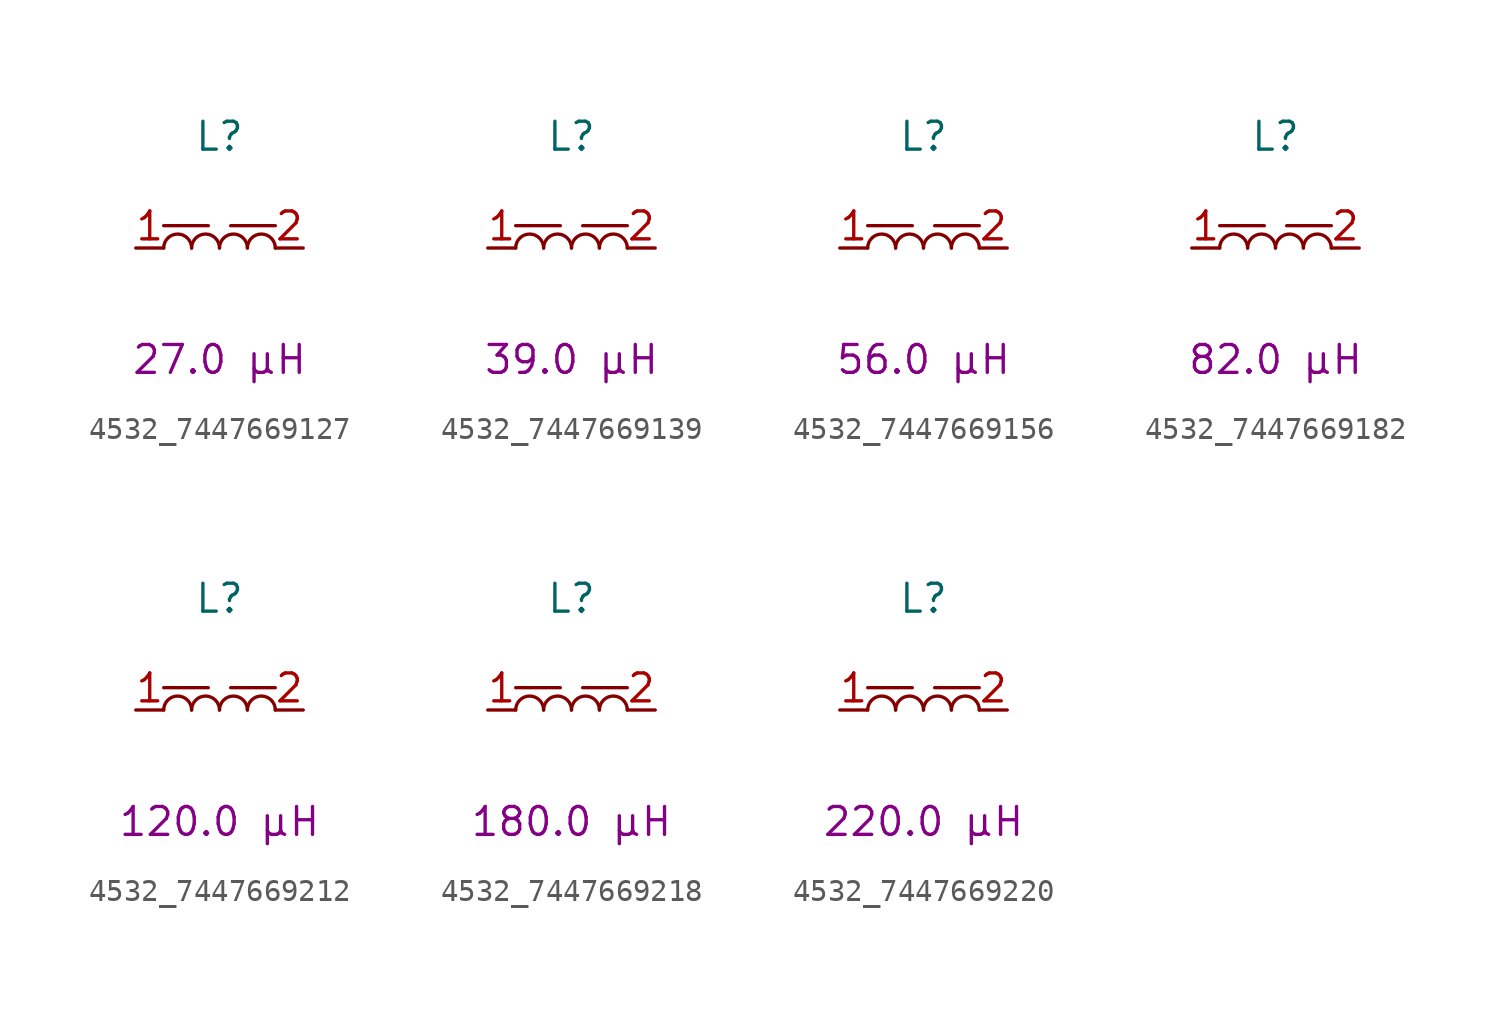
<source format=kicad_sym>
(kicad_symbol_lib
  (version 20220914)
  (generator kicad_symbol_editor)
  (symbol "4532_7447669127"
    (pin_names hide)
    (property "Reference" "L"
      (at 0 5.08 0)
      (effects (font (size 1.27 1.27))))
    (property "Critical Parameter" "27.0 µH"
      (at 0 -5.08 0)
      (effects (font (size 1.27 1.27))))
    (symbol "4532_7447669127_0_1"
      (arc (start -1.27 0) (mid -1.905 0.6323) (end -2.54 0) (stroke (width 0) (type default)) (fill (type none)))
      (arc (start 0 0) (mid -0.635 0.6323) (end -1.27 0) (stroke (width 0) (type default)) (fill (type none)))
      (polyline (pts (xy -2.54 1.016) (xy -0.508 1.016)) (stroke (width 0) (type default)) (fill (type none)))
      (arc (start 1.27 0) (mid 0.635 0.6323) (end 0 0) (stroke (width 0) (type default)) (fill (type none)))
      (arc (start 2.54 0) (mid 1.905 0.6323) (end 1.27 0) (stroke (width 0) (type default)) (fill (type none))))
    (symbol "4532_7447669127_1_1"
      (polyline (pts (xy 2.54 1.016) (xy 0.508 1.016)) (stroke (width 0) (type default)) (fill (type none)))
      (pin passive line (at -3.81 0 0) (length 1.27) (name "1" (effects (font (size 1.27 1.27)))) (number "1" (effects (font (size 1.27 1.27)))))
      (pin passive line (at 3.81 0 180) (length 1.27) (name "2" (effects (font (size 1.27 1.27)))) (number "2" (effects (font (size 1.27 1.27)))))))
  (symbol "4532_7447669139"
    (pin_names hide)
    (property "Reference" "L"
      (at 0 5.08 0)
      (effects (font (size 1.27 1.27))))
    (property "Critical Parameter" "39.0 µH"
      (at 0 -5.08 0)
      (effects (font (size 1.27 1.27))))
    (symbol "4532_7447669139_0_1"
      (arc (start -1.27 0) (mid -1.905 0.6323) (end -2.54 0) (stroke (width 0) (type default)) (fill (type none)))
      (arc (start 0 0) (mid -0.635 0.6323) (end -1.27 0) (stroke (width 0) (type default)) (fill (type none)))
      (polyline (pts (xy -2.54 1.016) (xy -0.508 1.016)) (stroke (width 0) (type default)) (fill (type none)))
      (arc (start 1.27 0) (mid 0.635 0.6323) (end 0 0) (stroke (width 0) (type default)) (fill (type none)))
      (arc (start 2.54 0) (mid 1.905 0.6323) (end 1.27 0) (stroke (width 0) (type default)) (fill (type none))))
    (symbol "4532_7447669139_1_1"
      (polyline (pts (xy 2.54 1.016) (xy 0.508 1.016)) (stroke (width 0) (type default)) (fill (type none)))
      (pin passive line (at -3.81 0 0) (length 1.27) (name "1" (effects (font (size 1.27 1.27)))) (number "1" (effects (font (size 1.27 1.27)))))
      (pin passive line (at 3.81 0 180) (length 1.27) (name "2" (effects (font (size 1.27 1.27)))) (number "2" (effects (font (size 1.27 1.27)))))))
  (symbol "4532_7447669156"
    (pin_names hide)
    (property "Reference" "L"
      (at 0 5.08 0)
      (effects (font (size 1.27 1.27))))
    (property "Critical Parameter" "56.0 µH"
      (at 0 -5.08 0)
      (effects (font (size 1.27 1.27))))
    (symbol "4532_7447669156_0_1"
      (arc (start -1.27 0) (mid -1.905 0.6323) (end -2.54 0) (stroke (width 0) (type default)) (fill (type none)))
      (arc (start 0 0) (mid -0.635 0.6323) (end -1.27 0) (stroke (width 0) (type default)) (fill (type none)))
      (polyline (pts (xy -2.54 1.016) (xy -0.508 1.016)) (stroke (width 0) (type default)) (fill (type none)))
      (arc (start 1.27 0) (mid 0.635 0.6323) (end 0 0) (stroke (width 0) (type default)) (fill (type none)))
      (arc (start 2.54 0) (mid 1.905 0.6323) (end 1.27 0) (stroke (width 0) (type default)) (fill (type none))))
    (symbol "4532_7447669156_1_1"
      (polyline (pts (xy 2.54 1.016) (xy 0.508 1.016)) (stroke (width 0) (type default)) (fill (type none)))
      (pin passive line (at -3.81 0 0) (length 1.27) (name "1" (effects (font (size 1.27 1.27)))) (number "1" (effects (font (size 1.27 1.27)))))
      (pin passive line (at 3.81 0 180) (length 1.27) (name "2" (effects (font (size 1.27 1.27)))) (number "2" (effects (font (size 1.27 1.27)))))))
  (symbol "4532_7447669182"
    (pin_names hide)
    (property "Reference" "L"
      (at 0 5.08 0)
      (effects (font (size 1.27 1.27))))
    (property "Critical Parameter" "82.0 µH"
      (at 0 -5.08 0)
      (effects (font (size 1.27 1.27))))
    (symbol "4532_7447669182_0_1"
      (arc (start -1.27 0) (mid -1.905 0.6323) (end -2.54 0) (stroke (width 0) (type default)) (fill (type none)))
      (arc (start 0 0) (mid -0.635 0.6323) (end -1.27 0) (stroke (width 0) (type default)) (fill (type none)))
      (polyline (pts (xy -2.54 1.016) (xy -0.508 1.016)) (stroke (width 0) (type default)) (fill (type none)))
      (arc (start 1.27 0) (mid 0.635 0.6323) (end 0 0) (stroke (width 0) (type default)) (fill (type none)))
      (arc (start 2.54 0) (mid 1.905 0.6323) (end 1.27 0) (stroke (width 0) (type default)) (fill (type none))))
    (symbol "4532_7447669182_1_1"
      (polyline (pts (xy 2.54 1.016) (xy 0.508 1.016)) (stroke (width 0) (type default)) (fill (type none)))
      (pin passive line (at -3.81 0 0) (length 1.27) (name "1" (effects (font (size 1.27 1.27)))) (number "1" (effects (font (size 1.27 1.27)))))
      (pin passive line (at 3.81 0 180) (length 1.27) (name "2" (effects (font (size 1.27 1.27)))) (number "2" (effects (font (size 1.27 1.27)))))))
  (symbol "4532_7447669212"
    (pin_names hide)
    (property "Reference" "L"
      (at 0 5.08 0)
      (effects (font (size 1.27 1.27))))
    (property "Critical Parameter" "120.0 µH"
      (at 0 -5.08 0)
      (effects (font (size 1.27 1.27))))
    (symbol "4532_7447669212_0_1"
      (arc (start -1.27 0) (mid -1.905 0.6323) (end -2.54 0) (stroke (width 0) (type default)) (fill (type none)))
      (arc (start 0 0) (mid -0.635 0.6323) (end -1.27 0) (stroke (width 0) (type default)) (fill (type none)))
      (polyline (pts (xy -2.54 1.016) (xy -0.508 1.016)) (stroke (width 0) (type default)) (fill (type none)))
      (arc (start 1.27 0) (mid 0.635 0.6323) (end 0 0) (stroke (width 0) (type default)) (fill (type none)))
      (arc (start 2.54 0) (mid 1.905 0.6323) (end 1.27 0) (stroke (width 0) (type default)) (fill (type none))))
    (symbol "4532_7447669212_1_1"
      (polyline (pts (xy 2.54 1.016) (xy 0.508 1.016)) (stroke (width 0) (type default)) (fill (type none)))
      (pin passive line (at -3.81 0 0) (length 1.27) (name "1" (effects (font (size 1.27 1.27)))) (number "1" (effects (font (size 1.27 1.27)))))
      (pin passive line (at 3.81 0 180) (length 1.27) (name "2" (effects (font (size 1.27 1.27)))) (number "2" (effects (font (size 1.27 1.27)))))))
  (symbol "4532_7447669218"
    (pin_names hide)
    (property "Reference" "L"
      (at 0 5.08 0)
      (effects (font (size 1.27 1.27))))
    (property "Critical Parameter" "180.0 µH"
      (at 0 -5.08 0)
      (effects (font (size 1.27 1.27))))
    (symbol "4532_7447669218_0_1"
      (arc (start -1.27 0) (mid -1.905 0.6323) (end -2.54 0) (stroke (width 0) (type default)) (fill (type none)))
      (arc (start 0 0) (mid -0.635 0.6323) (end -1.27 0) (stroke (width 0) (type default)) (fill (type none)))
      (polyline (pts (xy -2.54 1.016) (xy -0.508 1.016)) (stroke (width 0) (type default)) (fill (type none)))
      (arc (start 1.27 0) (mid 0.635 0.6323) (end 0 0) (stroke (width 0) (type default)) (fill (type none)))
      (arc (start 2.54 0) (mid 1.905 0.6323) (end 1.27 0) (stroke (width 0) (type default)) (fill (type none))))
    (symbol "4532_7447669218_1_1"
      (polyline (pts (xy 2.54 1.016) (xy 0.508 1.016)) (stroke (width 0) (type default)) (fill (type none)))
      (pin passive line (at -3.81 0 0) (length 1.27) (name "1" (effects (font (size 1.27 1.27)))) (number "1" (effects (font (size 1.27 1.27)))))
      (pin passive line (at 3.81 0 180) (length 1.27) (name "2" (effects (font (size 1.27 1.27)))) (number "2" (effects (font (size 1.27 1.27)))))))
  (symbol "4532_7447669220"
    (pin_names hide)
    (property "Reference" "L"
      (at 0 5.08 0)
      (effects (font (size 1.27 1.27))))
    (property "Critical Parameter" "220.0 µH"
      (at 0 -5.08 0)
      (effects (font (size 1.27 1.27))))
    (symbol "4532_7447669220_0_1"
      (arc (start -1.27 0) (mid -1.905 0.6323) (end -2.54 0) (stroke (width 0) (type default)) (fill (type none)))
      (arc (start 0 0) (mid -0.635 0.6323) (end -1.27 0) (stroke (width 0) (type default)) (fill (type none)))
      (polyline (pts (xy -2.54 1.016) (xy -0.508 1.016)) (stroke (width 0) (type default)) (fill (type none)))
      (arc (start 1.27 0) (mid 0.635 0.6323) (end 0 0) (stroke (width 0) (type default)) (fill (type none)))
      (arc (start 2.54 0) (mid 1.905 0.6323) (end 1.27 0) (stroke (width 0) (type default)) (fill (type none))))
    (symbol "4532_7447669220_1_1"
      (polyline (pts (xy 2.54 1.016) (xy 0.508 1.016)) (stroke (width 0) (type default)) (fill (type none)))
      (pin passive line (at -3.81 0 0) (length 1.27) (name "1" (effects (font (size 1.27 1.27)))) (number "1" (effects (font (size 1.27 1.27)))))
      (pin passive line (at 3.81 0 180) (length 1.27) (name "2" (effects (font (size 1.27 1.27)))) (number "2" (effects (font (size 1.27 1.27))))))))
</source>
